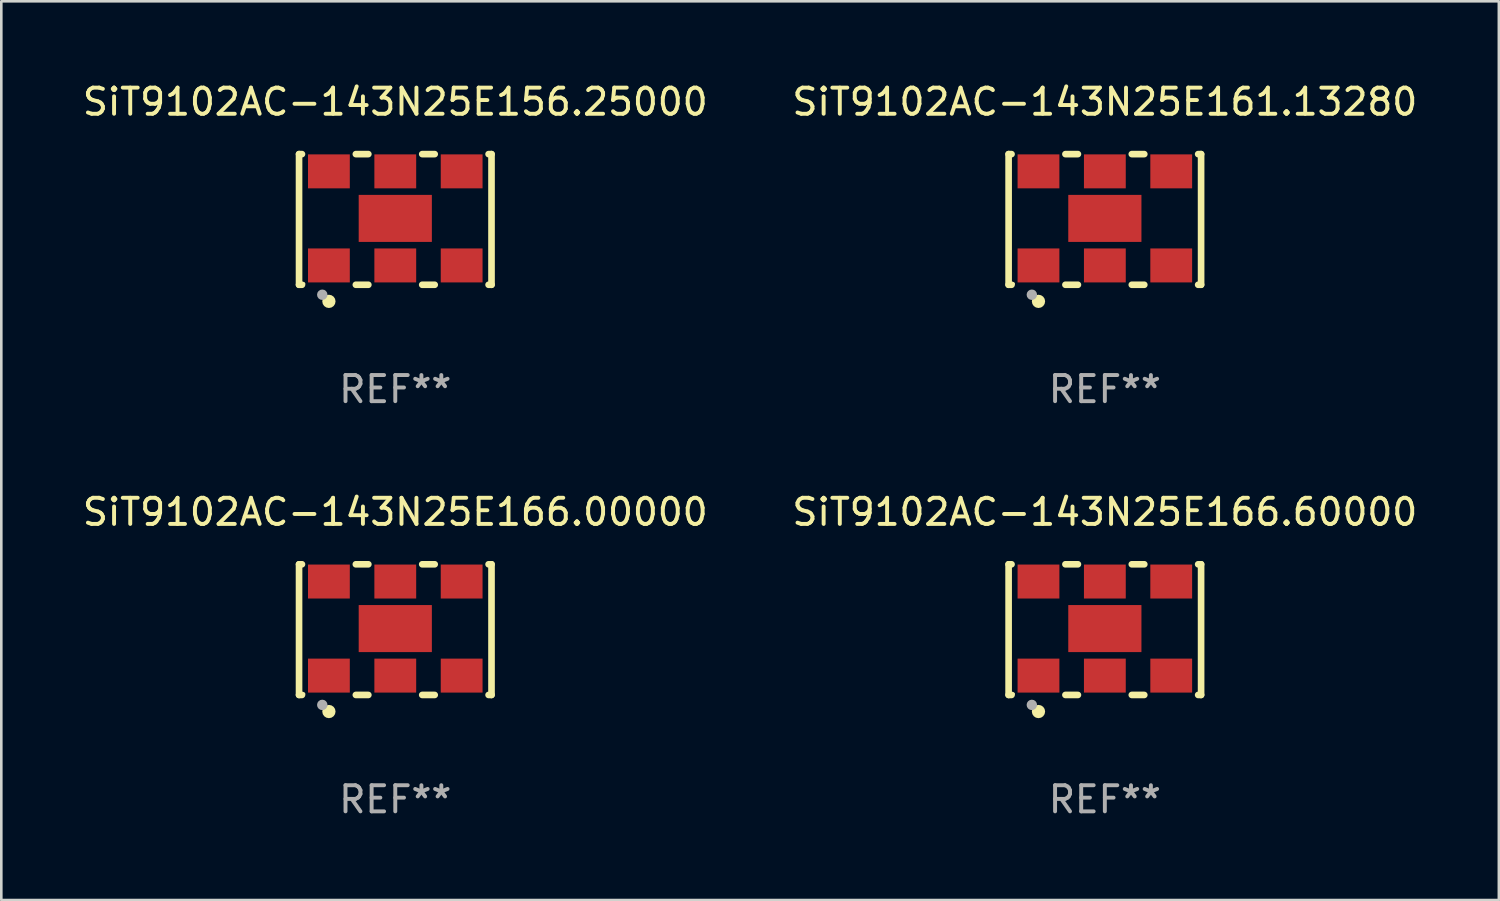
<source format=kicad_pcb>
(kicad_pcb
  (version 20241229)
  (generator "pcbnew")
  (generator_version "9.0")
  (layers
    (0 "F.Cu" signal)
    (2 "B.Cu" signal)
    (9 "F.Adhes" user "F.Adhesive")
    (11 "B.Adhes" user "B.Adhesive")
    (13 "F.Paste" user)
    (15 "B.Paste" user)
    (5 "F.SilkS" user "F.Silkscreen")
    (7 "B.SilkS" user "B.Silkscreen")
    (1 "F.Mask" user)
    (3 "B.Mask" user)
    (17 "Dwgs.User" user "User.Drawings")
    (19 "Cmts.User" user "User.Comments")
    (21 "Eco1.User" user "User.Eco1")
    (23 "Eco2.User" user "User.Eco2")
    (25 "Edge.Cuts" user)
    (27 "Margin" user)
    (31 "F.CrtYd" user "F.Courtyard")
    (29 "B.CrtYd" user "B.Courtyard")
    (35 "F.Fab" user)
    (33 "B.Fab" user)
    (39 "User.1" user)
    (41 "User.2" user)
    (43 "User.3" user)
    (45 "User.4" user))
  (footprint "SiT9102AC-143N25E161.13280"
    (layer "F.Cu")
    (at 39.232 5.348)
    (property "Reference" "SiT9102AC-143N25E161.13280" (at 0 -4.5 0) (layer "F.SilkS") (effects (font (size 1 1) (thickness 0.15))))
    (attr through_hole)
    (fp_line (start -3.683 -2.5) (end -3.571 -2.5) (stroke (width 0.254) (type solid)) (layer "F.SilkS"))
    (fp_line (start -3.683 2.5) (end -3.683 -2.5) (stroke (width 0.254) (type solid)) (layer "F.SilkS"))
    (fp_line (start -3.683 2.5) (end -3.571 2.5) (stroke (width 0.254) (type solid)) (layer "F.SilkS"))
    (fp_line (start -1.509 -2.5) (end -1.031 -2.5) (stroke (width 0.254) (type solid)) (layer "F.SilkS"))
    (fp_line (start -1.509 2.5) (end -1.031 2.5) (stroke (width 0.254) (type solid)) (layer "F.SilkS"))
    (fp_line (start 1.031 -2.5) (end 1.509 -2.5) (stroke (width 0.254) (type solid)) (layer "F.SilkS"))
    (fp_line (start 1.031 2.5) (end 1.509 2.5) (stroke (width 0.254) (type solid)) (layer "F.SilkS"))
    (fp_line (start 3.571 -2.5) (end 3.683 -2.5) (stroke (width 0.254) (type solid)) (layer "F.SilkS"))
    (fp_line (start 3.571 2.5) (end 3.683 2.5) (stroke (width 0.254) (type solid)) (layer "F.SilkS"))
    (fp_line (start 3.683 2.5) (end 3.683 -2.5) (stroke (width 0.254) (type solid)) (layer "F.SilkS"))
    (fp_circle (center -3.5 2.46) (end -3.47 2.46) (stroke (width 0.06) (type solid)) (fill no) (layer "F.SilkS"))
    (fp_circle (center -2.54 3.135) (end -2.413 3.135) (stroke (width 0.254) (type solid)) (fill no) (layer "F.SilkS"))
    (fp_circle (center -2.794 2.881) (end -2.694 2.881) (stroke (width 0.2) (type solid)) (fill no) (layer "F.Fab"))
    (fp_text user "REF**" (at 0 6.5 0) (layer "F.Fab") (effects (font (size 1 1) (thickness 0.15))))
    (pad "1" smd rect (at -2.54 1.76) (size 1.6 1.3) (layers "F.Cu" "F.Mask" "F.Paste"))
    (pad "2" smd rect (at 0 1.76) (size 1.6 1.3) (layers "F.Cu" "F.Mask" "F.Paste"))
    (pad "3" smd rect (at 2.54 1.76) (size 1.6 1.3) (layers "F.Cu" "F.Mask" "F.Paste"))
    (pad "4" smd rect (at 2.54 -1.84) (size 1.6 1.3) (layers "F.Cu" "F.Mask" "F.Paste"))
    (pad "5" smd rect (at 0 -1.84) (size 1.6 1.3) (layers "F.Cu" "F.Mask" "F.Paste"))
    (pad "6" smd rect (at -2.54 -1.84) (size 1.6 1.3) (layers "F.Cu" "F.Mask" "F.Paste"))
    (pad "7" smd rect (at 0 -0.04) (size 2.8 1.8) (layers "F.Cu" "F.Mask" "F.Paste")))
  (footprint "SiT9102AC-143N25E156.25000"
    (layer "F.Cu")
    (at 12.077 5.348)
    (property "Reference" "SiT9102AC-143N25E156.25000" (at 0 -4.5 0) (layer "F.SilkS") (effects (font (size 1 1) (thickness 0.15))))
    (attr through_hole)
    (fp_line (start -3.683 -2.5) (end -3.571 -2.5) (stroke (width 0.254) (type solid)) (layer "F.SilkS"))
    (fp_line (start -3.683 2.5) (end -3.683 -2.5) (stroke (width 0.254) (type solid)) (layer "F.SilkS"))
    (fp_line (start -3.683 2.5) (end -3.571 2.5) (stroke (width 0.254) (type solid)) (layer "F.SilkS"))
    (fp_line (start -1.509 -2.5) (end -1.031 -2.5) (stroke (width 0.254) (type solid)) (layer "F.SilkS"))
    (fp_line (start -1.509 2.5) (end -1.031 2.5) (stroke (width 0.254) (type solid)) (layer "F.SilkS"))
    (fp_line (start 1.031 -2.5) (end 1.509 -2.5) (stroke (width 0.254) (type solid)) (layer "F.SilkS"))
    (fp_line (start 1.031 2.5) (end 1.509 2.5) (stroke (width 0.254) (type solid)) (layer "F.SilkS"))
    (fp_line (start 3.571 -2.5) (end 3.683 -2.5) (stroke (width 0.254) (type solid)) (layer "F.SilkS"))
    (fp_line (start 3.571 2.5) (end 3.683 2.5) (stroke (width 0.254) (type solid)) (layer "F.SilkS"))
    (fp_line (start 3.683 2.5) (end 3.683 -2.5) (stroke (width 0.254) (type solid)) (layer "F.SilkS"))
    (fp_circle (center -3.5 2.46) (end -3.47 2.46) (stroke (width 0.06) (type solid)) (fill no) (layer "F.SilkS"))
    (fp_circle (center -2.54 3.135) (end -2.413 3.135) (stroke (width 0.254) (type solid)) (fill no) (layer "F.SilkS"))
    (fp_circle (center -2.794 2.881) (end -2.694 2.881) (stroke (width 0.2) (type solid)) (fill no) (layer "F.Fab"))
    (fp_text user "REF**" (at 0 6.5 0) (layer "F.Fab") (effects (font (size 1 1) (thickness 0.15))))
    (pad "1" smd rect (at -2.54 1.76) (size 1.6 1.3) (layers "F.Cu" "F.Mask" "F.Paste"))
    (pad "2" smd rect (at 0 1.76) (size 1.6 1.3) (layers "F.Cu" "F.Mask" "F.Paste"))
    (pad "3" smd rect (at 2.54 1.76) (size 1.6 1.3) (layers "F.Cu" "F.Mask" "F.Paste"))
    (pad "4" smd rect (at 2.54 -1.84) (size 1.6 1.3) (layers "F.Cu" "F.Mask" "F.Paste"))
    (pad "5" smd rect (at 0 -1.84) (size 1.6 1.3) (layers "F.Cu" "F.Mask" "F.Paste"))
    (pad "6" smd rect (at -2.54 -1.84) (size 1.6 1.3) (layers "F.Cu" "F.Mask" "F.Paste"))
    (pad "7" smd rect (at 0 -0.04) (size 2.8 1.8) (layers "F.Cu" "F.Mask" "F.Paste")))
  (footprint "SiT9102AC-143N25E166.00000"
    (layer "F.Cu")
    (at 12.077 21.045)
    (property "Reference" "SiT9102AC-143N25E166.00000" (at 0 -4.5 0) (layer "F.SilkS") (effects (font (size 1 1) (thickness 0.15))))
    (attr through_hole)
    (fp_line (start -3.683 -2.5) (end -3.571 -2.5) (stroke (width 0.254) (type solid)) (layer "F.SilkS"))
    (fp_line (start -3.683 2.5) (end -3.683 -2.5) (stroke (width 0.254) (type solid)) (layer "F.SilkS"))
    (fp_line (start -3.683 2.5) (end -3.571 2.5) (stroke (width 0.254) (type solid)) (layer "F.SilkS"))
    (fp_line (start -1.509 -2.5) (end -1.031 -2.5) (stroke (width 0.254) (type solid)) (layer "F.SilkS"))
    (fp_line (start -1.509 2.5) (end -1.031 2.5) (stroke (width 0.254) (type solid)) (layer "F.SilkS"))
    (fp_line (start 1.031 -2.5) (end 1.509 -2.5) (stroke (width 0.254) (type solid)) (layer "F.SilkS"))
    (fp_line (start 1.031 2.5) (end 1.509 2.5) (stroke (width 0.254) (type solid)) (layer "F.SilkS"))
    (fp_line (start 3.571 -2.5) (end 3.683 -2.5) (stroke (width 0.254) (type solid)) (layer "F.SilkS"))
    (fp_line (start 3.571 2.5) (end 3.683 2.5) (stroke (width 0.254) (type solid)) (layer "F.SilkS"))
    (fp_line (start 3.683 2.5) (end 3.683 -2.5) (stroke (width 0.254) (type solid)) (layer "F.SilkS"))
    (fp_circle (center -3.5 2.46) (end -3.47 2.46) (stroke (width 0.06) (type solid)) (fill no) (layer "F.SilkS"))
    (fp_circle (center -2.54 3.135) (end -2.413 3.135) (stroke (width 0.254) (type solid)) (fill no) (layer "F.SilkS"))
    (fp_circle (center -2.794 2.881) (end -2.694 2.881) (stroke (width 0.2) (type solid)) (fill no) (layer "F.Fab"))
    (fp_text user "REF**" (at 0 6.5 0) (layer "F.Fab") (effects (font (size 1 1) (thickness 0.15))))
    (pad "1" smd rect (at -2.54 1.76) (size 1.6 1.3) (layers "F.Cu" "F.Mask" "F.Paste"))
    (pad "2" smd rect (at 0 1.76) (size 1.6 1.3) (layers "F.Cu" "F.Mask" "F.Paste"))
    (pad "3" smd rect (at 2.54 1.76) (size 1.6 1.3) (layers "F.Cu" "F.Mask" "F.Paste"))
    (pad "4" smd rect (at 2.54 -1.84) (size 1.6 1.3) (layers "F.Cu" "F.Mask" "F.Paste"))
    (pad "5" smd rect (at 0 -1.84) (size 1.6 1.3) (layers "F.Cu" "F.Mask" "F.Paste"))
    (pad "6" smd rect (at -2.54 -1.84) (size 1.6 1.3) (layers "F.Cu" "F.Mask" "F.Paste"))
    (pad "7" smd rect (at 0 -0.04) (size 2.8 1.8) (layers "F.Cu" "F.Mask" "F.Paste")))
  (footprint "SiT9102AC-143N25E166.60000"
    (layer "F.Cu")
    (at 39.232 21.045)
    (property "Reference" "SiT9102AC-143N25E166.60000" (at 0 -4.5 0) (layer "F.SilkS") (effects (font (size 1 1) (thickness 0.15))))
    (attr through_hole)
    (fp_line (start -3.683 -2.5) (end -3.571 -2.5) (stroke (width 0.254) (type solid)) (layer "F.SilkS"))
    (fp_line (start -3.683 2.5) (end -3.683 -2.5) (stroke (width 0.254) (type solid)) (layer "F.SilkS"))
    (fp_line (start -3.683 2.5) (end -3.571 2.5) (stroke (width 0.254) (type solid)) (layer "F.SilkS"))
    (fp_line (start -1.509 -2.5) (end -1.031 -2.5) (stroke (width 0.254) (type solid)) (layer "F.SilkS"))
    (fp_line (start -1.509 2.5) (end -1.031 2.5) (stroke (width 0.254) (type solid)) (layer "F.SilkS"))
    (fp_line (start 1.031 -2.5) (end 1.509 -2.5) (stroke (width 0.254) (type solid)) (layer "F.SilkS"))
    (fp_line (start 1.031 2.5) (end 1.509 2.5) (stroke (width 0.254) (type solid)) (layer "F.SilkS"))
    (fp_line (start 3.571 -2.5) (end 3.683 -2.5) (stroke (width 0.254) (type solid)) (layer "F.SilkS"))
    (fp_line (start 3.571 2.5) (end 3.683 2.5) (stroke (width 0.254) (type solid)) (layer "F.SilkS"))
    (fp_line (start 3.683 2.5) (end 3.683 -2.5) (stroke (width 0.254) (type solid)) (layer "F.SilkS"))
    (fp_circle (center -3.5 2.46) (end -3.47 2.46) (stroke (width 0.06) (type solid)) (fill no) (layer "F.SilkS"))
    (fp_circle (center -2.54 3.135) (end -2.413 3.135) (stroke (width 0.254) (type solid)) (fill no) (layer "F.SilkS"))
    (fp_circle (center -2.794 2.881) (end -2.694 2.881) (stroke (width 0.2) (type solid)) (fill no) (layer "F.Fab"))
    (fp_text user "REF**" (at 0 6.5 0) (layer "F.Fab") (effects (font (size 1 1) (thickness 0.15))))
    (pad "1" smd rect (at -2.54 1.76) (size 1.6 1.3) (layers "F.Cu" "F.Mask" "F.Paste"))
    (pad "2" smd rect (at 0 1.76) (size 1.6 1.3) (layers "F.Cu" "F.Mask" "F.Paste"))
    (pad "3" smd rect (at 2.54 1.76) (size 1.6 1.3) (layers "F.Cu" "F.Mask" "F.Paste"))
    (pad "4" smd rect (at 2.54 -1.84) (size 1.6 1.3) (layers "F.Cu" "F.Mask" "F.Paste"))
    (pad "5" smd rect (at 0 -1.84) (size 1.6 1.3) (layers "F.Cu" "F.Mask" "F.Paste"))
    (pad "6" smd rect (at -2.54 -1.84) (size 1.6 1.3) (layers "F.Cu" "F.Mask" "F.Paste"))
    (pad "7" smd rect (at 0 -0.04) (size 2.8 1.8) (layers "F.Cu" "F.Mask" "F.Paste")))
  (gr_rect
    (start -3 -3)
    (end 54.31 31.393)
    (stroke (width 0.1) (type default))
    (fill no)
    (layer "Edge.Cuts")))
</source>
